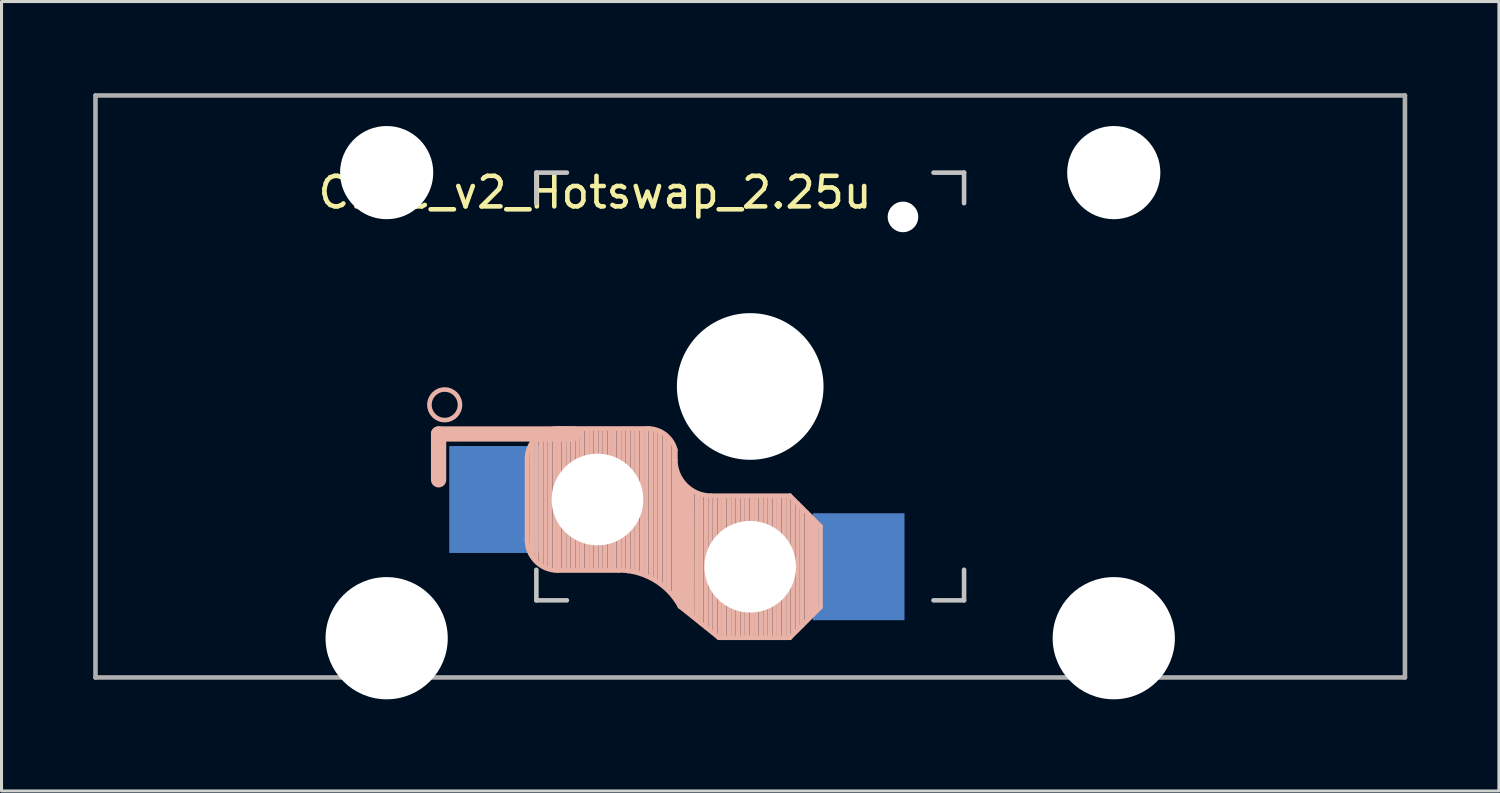
<source format=kicad_pcb>
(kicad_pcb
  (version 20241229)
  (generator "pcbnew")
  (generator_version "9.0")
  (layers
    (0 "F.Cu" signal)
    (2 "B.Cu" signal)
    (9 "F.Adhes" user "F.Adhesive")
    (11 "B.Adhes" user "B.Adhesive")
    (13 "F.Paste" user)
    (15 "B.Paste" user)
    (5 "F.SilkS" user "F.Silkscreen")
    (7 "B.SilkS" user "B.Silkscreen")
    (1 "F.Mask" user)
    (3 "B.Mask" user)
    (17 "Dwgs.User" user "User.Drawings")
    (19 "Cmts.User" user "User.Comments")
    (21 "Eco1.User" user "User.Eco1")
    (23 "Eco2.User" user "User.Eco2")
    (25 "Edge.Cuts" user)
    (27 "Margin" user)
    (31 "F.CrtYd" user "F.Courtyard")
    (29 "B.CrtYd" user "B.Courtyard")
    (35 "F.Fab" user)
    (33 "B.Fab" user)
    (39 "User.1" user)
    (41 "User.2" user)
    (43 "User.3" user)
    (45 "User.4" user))
  (footprint "Choc_v2_Hotswap_2.25u"
    (layer "F.Cu")
    (at 21.506 9.6)
    (property "Reference" "Choc_v2_Hotswap_2.25u" (at -5.08 -6.35 180) (layer "F.SilkS") (effects (font (size 1 1) (thickness 0.15))))
    (attr through_hole)
    (fp_line (start -10.2 1.555) (end -10.2 3.055) (stroke (width 0.5) (type default)) (layer "B.SilkS"))
    (fp_line (start -7.305 2.375) (end -7.305 5.025) (stroke (width 0.15) (type solid)) (layer "B.SilkS"))
    (fp_line (start -7.15 5.53) (end -7.15 1.85) (stroke (width 0.15) (type solid)) (layer "B.SilkS"))
    (fp_line (start -7 5.7) (end -7 1.73) (stroke (width 0.15) (type solid)) (layer "B.SilkS"))
    (fp_line (start -6.85 5.84) (end -6.85 1.7) (stroke (width 0.15) (type solid)) (layer "B.SilkS"))
    (fp_line (start -6.7 5.92) (end -6.7 1.8) (stroke (width 0.15) (type solid)) (layer "B.SilkS"))
    (fp_line (start -6.55 5.97) (end -6.55 1.65) (stroke (width 0.15) (type solid)) (layer "B.SilkS"))
    (fp_line (start -6.4 6.01) (end -6.4 1.5) (stroke (width 0.15) (type solid)) (layer "B.SilkS"))
    (fp_line (start -6.25 6) (end -6.25 1.4) (stroke (width 0.15) (type solid)) (layer "B.SilkS"))
    (fp_line (start -6.1 6) (end -6.1 1.4) (stroke (width 0.15) (type solid)) (layer "B.SilkS"))
    (fp_line (start -5.95 6) (end -5.95 1.4) (stroke (width 0.15) (type solid)) (layer "B.SilkS"))
    (fp_line (start -5.8 1.555) (end -10.2 1.555) (stroke (width 0.5) (type default)) (layer "B.SilkS"))
    (fp_line (start -5.8 6) (end -5.8 1.4) (stroke (width 0.15) (type solid)) (layer "B.SilkS"))
    (fp_line (start -5.65 6) (end -5.65 1.4) (stroke (width 0.15) (type solid)) (layer "B.SilkS"))
    (fp_line (start -5.5 6) (end -5.5 1.4) (stroke (width 0.15) (type solid)) (layer "B.SilkS"))
    (fp_line (start -5.35 6) (end -5.35 1.4) (stroke (width 0.15) (type solid)) (layer "B.SilkS"))
    (fp_line (start -5.2 6) (end -5.2 1.4) (stroke (width 0.15) (type solid)) (layer "B.SilkS"))
    (fp_line (start -5.05 6) (end -5.05 1.4) (stroke (width 0.15) (type solid)) (layer "B.SilkS"))
    (fp_line (start -4.9 6) (end -4.9 1.4) (stroke (width 0.15) (type solid)) (layer "B.SilkS"))
    (fp_line (start -4.75 6) (end -4.75 1.4) (stroke (width 0.15) (type solid)) (layer "B.SilkS"))
    (fp_line (start -4.6 6) (end -4.6 1.4) (stroke (width 0.15) (type solid)) (layer "B.SilkS"))
    (fp_line (start -4.45 6) (end -4.45 1.4) (stroke (width 0.15) (type solid)) (layer "B.SilkS"))
    (fp_line (start -4.3 6) (end -4.3 1.4) (stroke (width 0.15) (type solid)) (layer "B.SilkS"))
    (fp_line (start -4.3 6.025) (end -6.275 6.025) (stroke (width 0.15) (type solid)) (layer "B.SilkS"))
    (fp_line (start -4.15 6) (end -4.15 1.45) (stroke (width 0.15) (type solid)) (layer "B.SilkS"))
    (fp_line (start -4 6.04) (end -4 1.4) (stroke (width 0.15) (type solid)) (layer "B.SilkS"))
    (fp_line (start -3.85 6.05) (end -3.85 1.4) (stroke (width 0.15) (type solid)) (layer "B.SilkS"))
    (fp_line (start -3.7 6.05) (end -3.7 1.45) (stroke (width 0.15) (type solid)) (layer "B.SilkS"))
    (fp_line (start -3.55 6.1) (end -3.55 1.39) (stroke (width 0.15) (type solid)) (layer "B.SilkS"))
    (fp_line (start -3.4 6.2) (end -3.4 1.38) (stroke (width 0.15) (type solid)) (layer "B.SilkS"))
    (fp_line (start -3.311 1.375) (end -6.275 1.375) (stroke (width 0.15) (type solid)) (layer "B.SilkS"))
    (fp_line (start -3.25 6.25) (end -3.25 1.4) (stroke (width 0.15) (type solid)) (layer "B.SilkS"))
    (fp_line (start -3.1 6.35) (end -3.1 1.43) (stroke (width 0.15) (type solid)) (layer "B.SilkS"))
    (fp_line (start -2.95 6.45) (end -2.95 1.48) (stroke (width 0.15) (type solid)) (layer "B.SilkS"))
    (fp_line (start -2.8 6.55) (end -2.8 1.56) (stroke (width 0.15) (type solid)) (layer "B.SilkS"))
    (fp_line (start -2.65 6.7) (end -2.65 1.75) (stroke (width 0.15) (type solid)) (layer "B.SilkS"))
    (fp_line (start -2.5 6.85) (end -2.5 1.95) (stroke (width 0.15) (type solid)) (layer "B.SilkS"))
    (fp_line (start -2.45 2.4) (end -2.45 2.077) (stroke (width 0.15) (type default)) (layer "B.SilkS"))
    (fp_line (start -2.4 7.02) (end -2.4 2.9) (stroke (width 0.15) (type solid)) (layer "B.SilkS"))
    (fp_line (start -2.3 7.2) (end -2.3 3.05) (stroke (width 0.15) (type solid)) (layer "B.SilkS"))
    (fp_line (start -2.3 7.2) (end -1.025 8.225) (stroke (width 0.15) (type solid)) (layer "B.SilkS"))
    (fp_line (start -2.2 7.27) (end -2.2 3.25) (stroke (width 0.15) (type solid)) (layer "B.SilkS"))
    (fp_line (start -2.1 7.35) (end -2.1 3.35) (stroke (width 0.15) (type solid)) (layer "B.SilkS"))
    (fp_line (start -2 7.43) (end -2 3.4) (stroke (width 0.15) (type solid)) (layer "B.SilkS"))
    (fp_line (start -1.89 7.52) (end -1.9 3.45) (stroke (width 0.15) (type solid)) (layer "B.SilkS"))
    (fp_line (start -1.75 7.62) (end -1.75 3.5) (stroke (width 0.15) (type solid)) (layer "B.SilkS"))
    (fp_line (start -1.6 7.76) (end -1.6 3.6) (stroke (width 0.15) (type solid)) (layer "B.SilkS"))
    (fp_line (start -1.45 7.88) (end -1.45 3.6) (stroke (width 0.15) (type solid)) (layer "B.SilkS"))
    (fp_line (start -1.3 7.99) (end -1.3 3.6) (stroke (width 0.15) (type solid)) (layer "B.SilkS"))
    (fp_line (start -1.15 8.11) (end -1.15 3.65) (stroke (width 0.15) (type solid)) (layer "B.SilkS"))
    (fp_line (start -1 8.2) (end -1 3.6) (stroke (width 0.15) (type solid)) (layer "B.SilkS"))
    (fp_line (start -0.85 8.2) (end -0.85 3.6) (stroke (width 0.15) (type solid)) (layer "B.SilkS"))
    (fp_line (start -0.7 8.2) (end -0.7 3.6) (stroke (width 0.15) (type solid)) (layer "B.SilkS"))
    (fp_line (start -0.55 8.2) (end -0.55 3.6) (stroke (width 0.15) (type solid)) (layer "B.SilkS"))
    (fp_line (start -0.4 8.2) (end -0.4 3.6) (stroke (width 0.15) (type solid)) (layer "B.SilkS"))
    (fp_line (start -0.25 8.2) (end -0.25 3.6) (stroke (width 0.15) (type solid)) (layer "B.SilkS"))
    (fp_line (start -0.1 8.2) (end -0.1 3.6) (stroke (width 0.15) (type solid)) (layer "B.SilkS"))
    (fp_line (start 0.05 8.2) (end 0.05 3.6) (stroke (width 0.15) (type solid)) (layer "B.SilkS"))
    (fp_line (start 0.2 8.2) (end 0.2 3.6) (stroke (width 0.15) (type solid)) (layer "B.SilkS"))
    (fp_line (start 0.35 8.2) (end 0.35 3.6) (stroke (width 0.15) (type solid)) (layer "B.SilkS"))
    (fp_line (start 0.5 8.2) (end 0.5 3.6) (stroke (width 0.15) (type solid)) (layer "B.SilkS"))
    (fp_line (start 0.65 8.2) (end 0.65 3.6) (stroke (width 0.15) (type solid)) (layer "B.SilkS"))
    (fp_line (start 0.8 8.2) (end 0.8 3.6) (stroke (width 0.15) (type solid)) (layer "B.SilkS"))
    (fp_line (start 0.95 8.2) (end 0.95 3.6) (stroke (width 0.15) (type solid)) (layer "B.SilkS"))
    (fp_line (start 1.1 8.2) (end 1.1 3.6) (stroke (width 0.15) (type solid)) (layer "B.SilkS"))
    (fp_line (start 1.25 8.2) (end 1.25 3.6) (stroke (width 0.15) (type solid)) (layer "B.SilkS"))
    (fp_line (start 1.3 3.575) (end -1.275 3.575) (stroke (width 0.15) (type solid)) (layer "B.SilkS"))
    (fp_line (start 1.3 8.225) (end -1.025 8.225) (stroke (width 0.15) (type solid)) (layer "B.SilkS"))
    (fp_line (start 1.4 8.09) (end 1.4 3.7) (stroke (width 0.15) (type solid)) (layer "B.SilkS"))
    (fp_line (start 1.55 7.95) (end 1.55 3.83) (stroke (width 0.15) (type solid)) (layer "B.SilkS"))
    (fp_line (start 1.7 7.82) (end 1.7 3.99) (stroke (width 0.15) (type solid)) (layer "B.SilkS"))
    (fp_line (start 1.85 7.66) (end 1.85 4.13) (stroke (width 0.15) (type solid)) (layer "B.SilkS"))
    (fp_line (start 1.95 7.56) (end 1.95 4.23) (stroke (width 0.15) (type solid)) (layer "B.SilkS"))
    (fp_line (start 2.05 7.45) (end 2.05 4.33) (stroke (width 0.15) (type solid)) (layer "B.SilkS"))
    (fp_line (start 2.15 7.37) (end 2.15 4.44) (stroke (width 0.15) (type solid)) (layer "B.SilkS"))
    (fp_line (start 2.3 4.575) (end 1.3 3.575) (stroke (width 0.15) (type solid)) (layer "B.SilkS"))
    (fp_line (start 2.3 4.575) (end 2.3 7.225) (stroke (width 0.15) (type solid)) (layer "B.SilkS"))
    (fp_line (start 2.3 7.225) (end 1.3 8.225) (stroke (width 0.15) (type solid)) (layer "B.SilkS"))
    (fp_arc (start -7.305 2.375) (mid -7.012107 1.667893) (end -6.305 1.375) (stroke (width 0.15) (type solid)) (layer "B.SilkS"))
    (fp_arc (start -6.305 6.025) (mid -7.012107 5.732107) (end -7.305 5.025) (stroke (width 0.15) (type solid)) (layer "B.SilkS"))
    (fp_arc (start -4.3 6.017458) (mid -3.138277 6.335211) (end -2.3 7.2) (stroke (width 0.15) (type solid)) (layer "B.SilkS"))
    (fp_arc (start -3.311204 1.375) (mid -2.763915 1.58277) (end -2.45 2.076887) (stroke (width 0.15) (type solid)) (layer "B.SilkS"))
    (fp_arc (start -1.275 3.575) (mid -2.10585 3.23085) (end -2.45 2.4) (stroke (width 0.15) (type solid)) (layer "B.SilkS"))
    (fp_circle (center -10 0.6) (end -9.5 0.6) (stroke (width 0.15) (type default)) (fill no) (layer "B.SilkS"))
    (fp_line (start -7 -7) (end -6 -7) (stroke (width 0.15) (type solid)) (layer "Dwgs.User"))
    (fp_line (start -7 -6) (end -7 -7) (stroke (width 0.15) (type solid)) (layer "Dwgs.User"))
    (fp_line (start -7 7) (end -7 6) (stroke (width 0.15) (type solid)) (layer "Dwgs.User"))
    (fp_line (start -6 7) (end -7 7) (stroke (width 0.15) (type solid)) (layer "Dwgs.User"))
    (fp_line (start 6 7) (end 7 7) (stroke (width 0.15) (type solid)) (layer "Dwgs.User"))
    (fp_line (start 7 -7) (end 6 -7) (stroke (width 0.15) (type solid)) (layer "Dwgs.User"))
    (fp_line (start 7 -6) (end 7 -7) (stroke (width 0.15) (type solid)) (layer "Dwgs.User"))
    (fp_line (start 7 7) (end 7 6) (stroke (width 0.15) (type solid)) (layer "Dwgs.User"))
    (fp_line (start -21.431 -9.525) (end -21.431 9.525) (stroke (width 0.15) (type solid)) (layer "F.Fab"))
    (fp_line (start -21.431 9.525) (end 21.431 9.525) (stroke (width 0.15) (type solid)) (layer "F.Fab"))
    (fp_line (start 21.431 -9.525) (end -21.431 -9.525) (stroke (width 0.15) (type solid)) (layer "F.Fab"))
    (fp_line (start 21.431 9.525) (end 21.431 -9.525) (stroke (width 0.15) (type solid)) (layer "F.Fab"))
    (pad "" np_thru_hole circle (at -11.9 -7 180) (size 3.05 3.05) (drill 3.05) (layers "*.Cu" "*.Mask"))
    (pad "" np_thru_hole circle (at -11.9 8.24 180) (size 4 4) (drill 4) (layers "*.Cu" "*.Mask"))
    (pad "" np_thru_hole circle (at -5 3.7 90) (size 3 3) (drill 3) (layers "*.Cu" "*.Mask"))
    (pad "" np_thru_hole circle (at 0 0 90) (size 4.8 4.8) (drill 4.8) (layers "*.Cu" "*.Mask"))
    (pad "" np_thru_hole circle (at 0 5.9 90) (size 3 3) (drill 3) (layers "*.Cu" "*.Mask"))
    (pad "" np_thru_hole circle (at 5 -5.55) (size 1 1) (drill oval 1) (layers "*.Cu" "*.Mask"))
    (pad "" np_thru_hole circle (at 11.9 -7 180) (size 3.05 3.05) (drill 3.05) (layers "*.Cu" "*.Mask"))
    (pad "" np_thru_hole circle (at 11.9 8.24 180) (size 4 4) (drill 4) (layers "*.Cu" "*.Mask"))
    (pad "1" smd rect (at -8.35 3.7 180) (size 3 3.5) (layers "B.Cu" "B.Mask" "B.Paste"))
    (pad "2" smd rect (at 3.55 5.9 180) (size 3 3.5) (layers "B.Cu" "B.Mask" "B.Paste")))
  (gr_rect
    (start -3 -3)
    (end 46.013 22.84)
    (stroke (width 0.1) (type default))
    (fill no)
    (layer "Edge.Cuts")))
</source>
